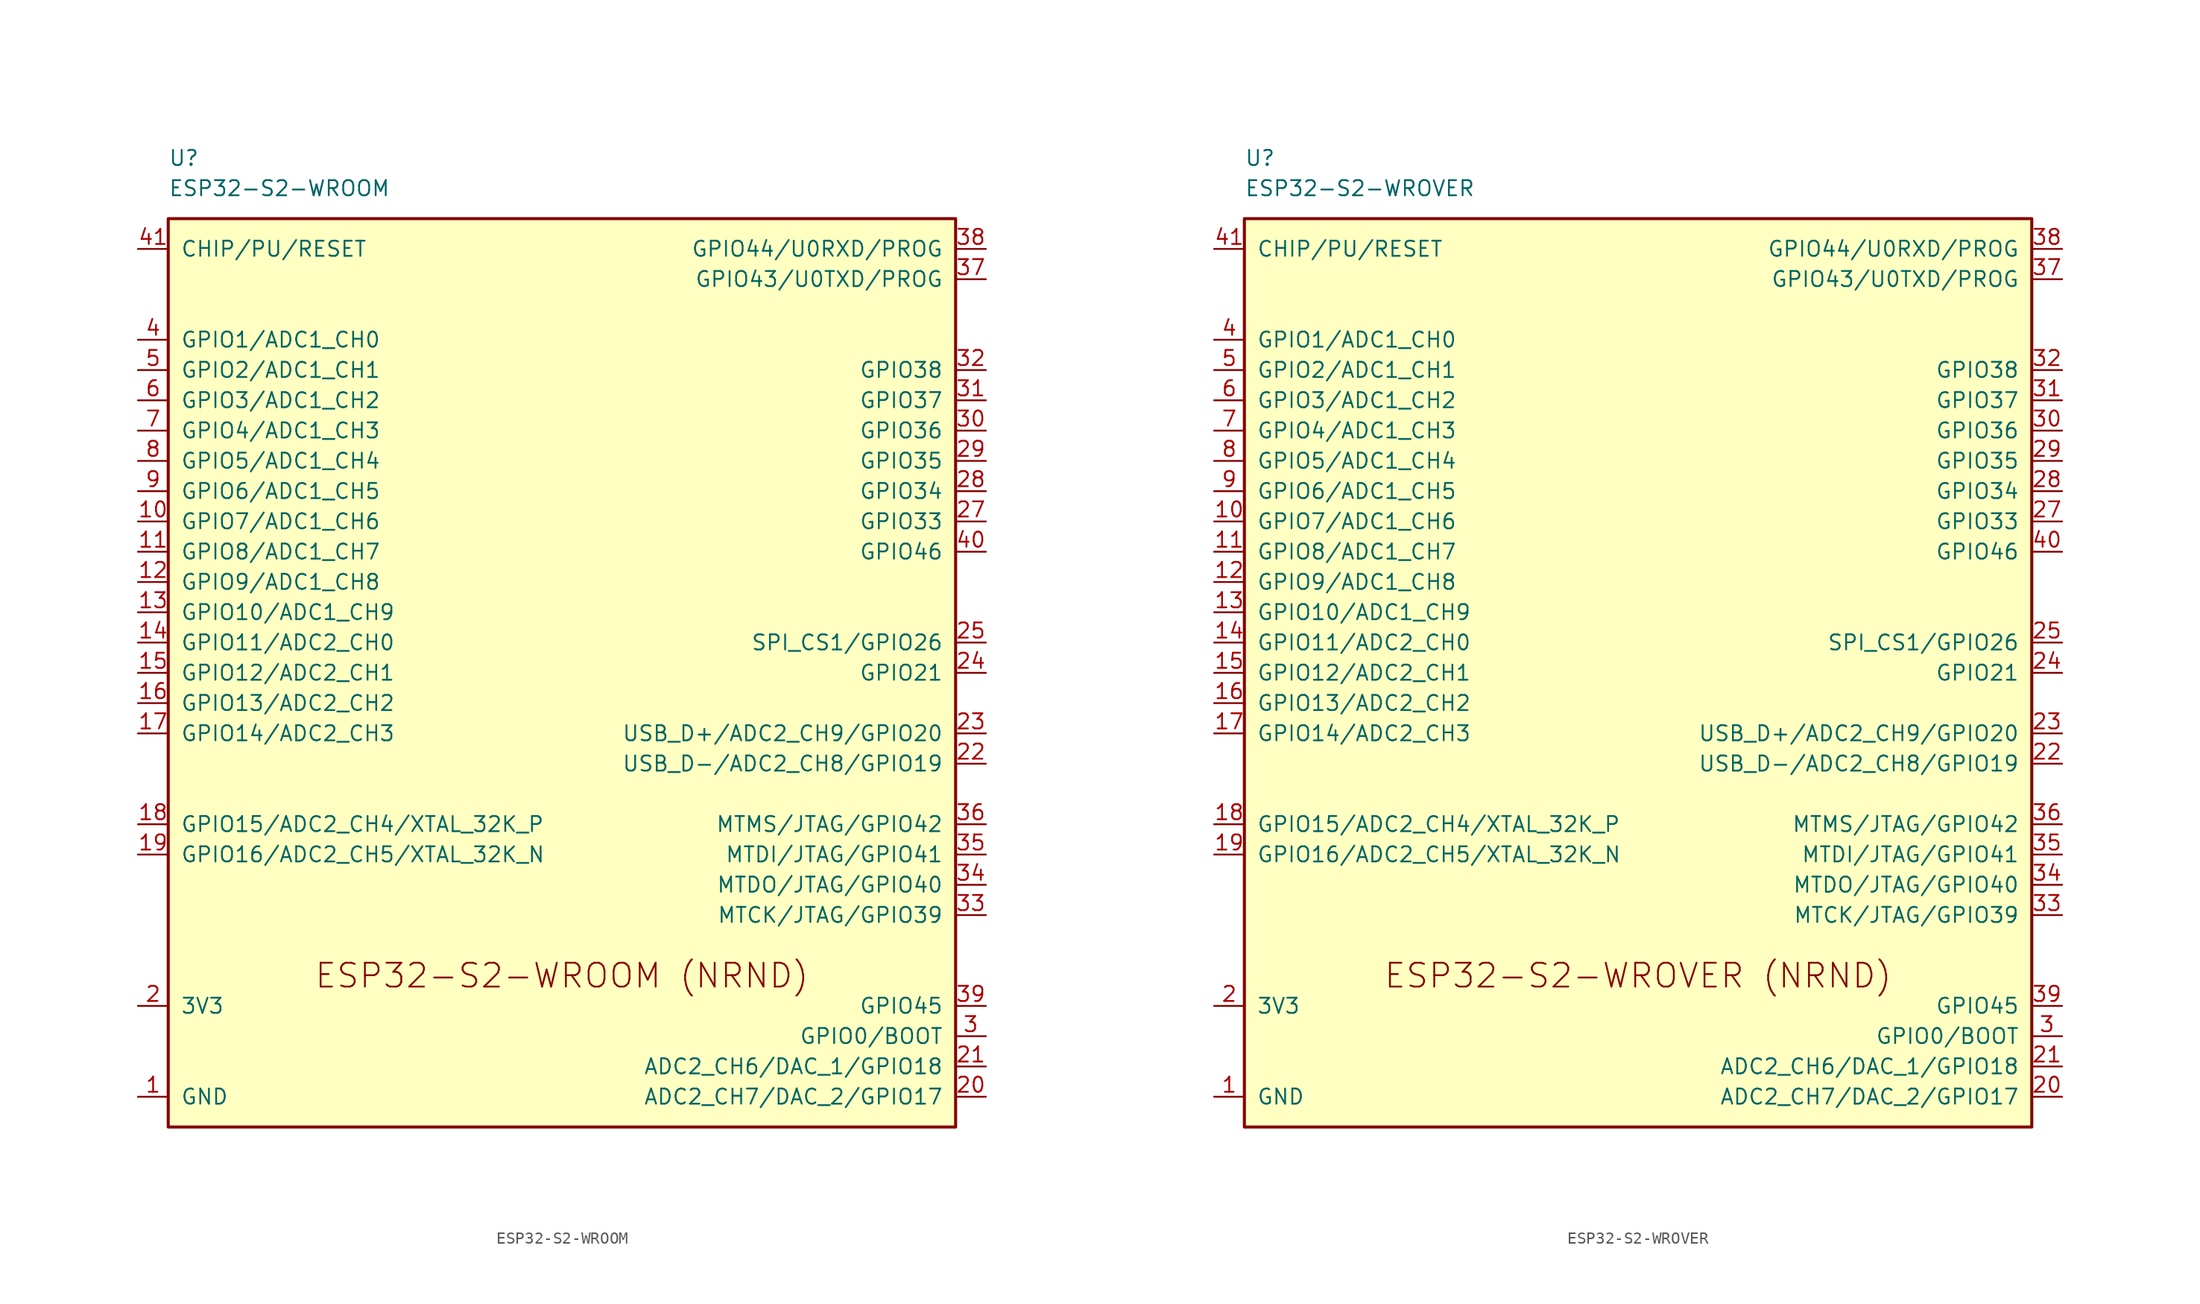
<source format=kicad_sym>
(kicad_symbol_lib
  (version 20211014)
  (generator kicad_symbol_editor)
  (symbol "ESP32-S2-WROOM"
    (pin_names
      (offset 1.016))
    (property "Reference" "U"
      (at -33.02 43.18 0)
      (effects (font (size 1.27 1.27)) (justify left)))
    (property "Value" "ESP32-S2-WROOM"
      (at -33.02 40.64 0)
      (effects (font (size 1.27 1.27)) (justify left)))
    (symbol "ESP32-S2-WROOM_0_0"
      (pin passive line (at -35.56 -35.56 0) (length 2.54) hide (name "GND" (effects (font (size 1.27 1.27)))) (number "43" (effects (font (size 1.27 1.27))))))
    (symbol "ESP32-S2-WROOM_1_1"
      (rectangle (start -33.02 38.1) (end 33.02 -38.1) (stroke (width 0.254) (type default) (color 0 0 0 0)) (fill (type background)))
      (text "ESP32-S2-WROOM (NRND)" (at 0 -25.4 0) (effects (font (size 2 2))))
      (pin power_in line (at -35.56 -35.56 0) (length 2.54) (name "GND" (effects (font (size 1.27 1.27)))) (number "1" (effects (font (size 1.27 1.27)))))
      (pin bidirectional line (at -35.56 12.7 0) (length 2.54) (name "GPIO7/ADC1_CH6" (effects (font (size 1.27 1.27)))) (number "10" (effects (font (size 1.27 1.27)))))
      (pin bidirectional line (at -35.56 10.16 0) (length 2.54) (name "GPIO8/ADC1_CH7" (effects (font (size 1.27 1.27)))) (number "11" (effects (font (size 1.27 1.27)))))
      (pin bidirectional line (at -35.56 7.62 0) (length 2.54) (name "GPIO9/ADC1_CH8" (effects (font (size 1.27 1.27)))) (number "12" (effects (font (size 1.27 1.27)))))
      (pin bidirectional line (at -35.56 5.08 0) (length 2.54) (name "GPIO10/ADC1_CH9" (effects (font (size 1.27 1.27)))) (number "13" (effects (font (size 1.27 1.27)))))
      (pin bidirectional line (at -35.56 2.54 0) (length 2.54) (name "GPIO11/ADC2_CH0" (effects (font (size 1.27 1.27)))) (number "14" (effects (font (size 1.27 1.27)))))
      (pin bidirectional line (at -35.56 0 0) (length 2.54) (name "GPIO12/ADC2_CH1" (effects (font (size 1.27 1.27)))) (number "15" (effects (font (size 1.27 1.27)))))
      (pin bidirectional line (at -35.56 -2.54 0) (length 2.54) (name "GPIO13/ADC2_CH2" (effects (font (size 1.27 1.27)))) (number "16" (effects (font (size 1.27 1.27)))))
      (pin bidirectional line (at -35.56 -5.08 0) (length 2.54) (name "GPIO14/ADC2_CH3" (effects (font (size 1.27 1.27)))) (number "17" (effects (font (size 1.27 1.27)))))
      (pin bidirectional line (at -35.56 -12.7 0) (length 2.54) (name "GPIO15/ADC2_CH4/XTAL_32K_P" (effects (font (size 1.27 1.27)))) (number "18" (effects (font (size 1.27 1.27)))))
      (pin bidirectional line (at -35.56 -15.24 0) (length 2.54) (name "GPIO16/ADC2_CH5/XTAL_32K_N" (effects (font (size 1.27 1.27)))) (number "19" (effects (font (size 1.27 1.27)))))
      (pin power_in line (at -35.56 -27.94 0) (length 2.54) (name "3V3" (effects (font (size 1.27 1.27)))) (number "2" (effects (font (size 1.27 1.27)))))
      (pin bidirectional line (at 35.56 -35.56 180) (length 2.54) (name "ADC2_CH7/DAC_2/GPIO17" (effects (font (size 1.27 1.27)))) (number "20" (effects (font (size 1.27 1.27)))))
      (pin bidirectional line (at 35.56 -33.02 180) (length 2.54) (name "ADC2_CH6/DAC_1/GPIO18" (effects (font (size 1.27 1.27)))) (number "21" (effects (font (size 1.27 1.27)))))
      (pin bidirectional line (at 35.56 -7.62 180) (length 2.54) (name "USB_D-/ADC2_CH8/GPIO19" (effects (font (size 1.27 1.27)))) (number "22" (effects (font (size 1.27 1.27)))))
      (pin bidirectional line (at 35.56 -5.08 180) (length 2.54) (name "USB_D+/ADC2_CH9/GPIO20" (effects (font (size 1.27 1.27)))) (number "23" (effects (font (size 1.27 1.27)))))
      (pin bidirectional line (at 35.56 0 180) (length 2.54) (name "GPIO21" (effects (font (size 1.27 1.27)))) (number "24" (effects (font (size 1.27 1.27)))))
      (pin bidirectional line (at 35.56 2.54 180) (length 2.54) (name "SPI_CS1/GPIO26" (effects (font (size 1.27 1.27)))) (number "25" (effects (font (size 1.27 1.27)))))
      (pin passive line (at -35.56 -35.56 0) (length 2.54) hide (name "GND" (effects (font (size 1.27 1.27)))) (number "26" (effects (font (size 1.27 1.27)))))
      (pin bidirectional line (at 35.56 12.7 180) (length 2.54) (name "GPIO33" (effects (font (size 1.27 1.27)))) (number "27" (effects (font (size 1.27 1.27)))))
      (pin bidirectional line (at 35.56 15.24 180) (length 2.54) (name "GPIO34" (effects (font (size 1.27 1.27)))) (number "28" (effects (font (size 1.27 1.27)))))
      (pin bidirectional line (at 35.56 17.78 180) (length 2.54) (name "GPIO35" (effects (font (size 1.27 1.27)))) (number "29" (effects (font (size 1.27 1.27)))))
      (pin bidirectional line (at 35.56 -30.48 180) (length 2.54) (name "GPIO0/BOOT" (effects (font (size 1.27 1.27)))) (number "3" (effects (font (size 1.27 1.27)))))
      (pin bidirectional line (at 35.56 20.32 180) (length 2.54) (name "GPIO36" (effects (font (size 1.27 1.27)))) (number "30" (effects (font (size 1.27 1.27)))))
      (pin bidirectional line (at 35.56 22.86 180) (length 2.54) (name "GPIO37" (effects (font (size 1.27 1.27)))) (number "31" (effects (font (size 1.27 1.27)))))
      (pin bidirectional line (at 35.56 25.4 180) (length 2.54) (name "GPIO38" (effects (font (size 1.27 1.27)))) (number "32" (effects (font (size 1.27 1.27)))))
      (pin bidirectional line (at 35.56 -20.32 180) (length 2.54) (name "MTCK/JTAG/GPIO39" (effects (font (size 1.27 1.27)))) (number "33" (effects (font (size 1.27 1.27)))))
      (pin bidirectional line (at 35.56 -17.78 180) (length 2.54) (name "MTDO/JTAG/GPIO40" (effects (font (size 1.27 1.27)))) (number "34" (effects (font (size 1.27 1.27)))))
      (pin bidirectional line (at 35.56 -15.24 180) (length 2.54) (name "MTDI/JTAG/GPIO41" (effects (font (size 1.27 1.27)))) (number "35" (effects (font (size 1.27 1.27)))))
      (pin bidirectional line (at 35.56 -12.7 180) (length 2.54) (name "MTMS/JTAG/GPIO42" (effects (font (size 1.27 1.27)))) (number "36" (effects (font (size 1.27 1.27)))))
      (pin bidirectional line (at 35.56 33.02 180) (length 2.54) (name "GPIO43/U0TXD/PROG" (effects (font (size 1.27 1.27)))) (number "37" (effects (font (size 1.27 1.27)))))
      (pin bidirectional line (at 35.56 35.56 180) (length 2.54) (name "GPIO44/U0RXD/PROG" (effects (font (size 1.27 1.27)))) (number "38" (effects (font (size 1.27 1.27)))))
      (pin bidirectional line (at 35.56 -27.94 180) (length 2.54) (name "GPIO45" (effects (font (size 1.27 1.27)))) (number "39" (effects (font (size 1.27 1.27)))))
      (pin bidirectional line (at -35.56 27.94 0) (length 2.54) (name "GPIO1/ADC1_CH0" (effects (font (size 1.27 1.27)))) (number "4" (effects (font (size 1.27 1.27)))))
      (pin input line (at 35.56 10.16 180) (length 2.54) (name "GPIO46" (effects (font (size 1.27 1.27)))) (number "40" (effects (font (size 1.27 1.27)))))
      (pin input line (at -35.56 35.56 0) (length 2.54) (name "CHIP/PU/RESET" (effects (font (size 1.27 1.27)))) (number "41" (effects (font (size 1.27 1.27)))))
      (pin passive line (at -35.56 -35.56 0) (length 2.54) hide (name "GND" (effects (font (size 1.27 1.27)))) (number "42" (effects (font (size 1.27 1.27)))))
      (pin bidirectional line (at -35.56 25.4 0) (length 2.54) (name "GPIO2/ADC1_CH1" (effects (font (size 1.27 1.27)))) (number "5" (effects (font (size 1.27 1.27)))))
      (pin bidirectional line (at -35.56 22.86 0) (length 2.54) (name "GPIO3/ADC1_CH2" (effects (font (size 1.27 1.27)))) (number "6" (effects (font (size 1.27 1.27)))))
      (pin bidirectional line (at -35.56 20.32 0) (length 2.54) (name "GPIO4/ADC1_CH3" (effects (font (size 1.27 1.27)))) (number "7" (effects (font (size 1.27 1.27)))))
      (pin bidirectional line (at -35.56 17.78 0) (length 2.54) (name "GPIO5/ADC1_CH4" (effects (font (size 1.27 1.27)))) (number "8" (effects (font (size 1.27 1.27)))))
      (pin bidirectional line (at -35.56 15.24 0) (length 2.54) (name "GPIO6/ADC1_CH5" (effects (font (size 1.27 1.27)))) (number "9" (effects (font (size 1.27 1.27)))))))
  (symbol "ESP32-S2-WROVER"
    (pin_names
      (offset 1.016))
    (property "Reference" "U"
      (at -33.02 43.18 0)
      (effects (font (size 1.27 1.27)) (justify left)))
    (property "Value" "ESP32-S2-WROVER"
      (at -33.02 40.64 0)
      (effects (font (size 1.27 1.27)) (justify left)))
    (symbol "ESP32-S2-WROVER_0_0"
      (rectangle (start -33.02 38.1) (end 33.02 -38.1) (stroke (width 0.254) (type default) (color 0 0 0 0)) (fill (type background)))
      (text "ESP32-S2-WROVER (NRND)" (at 0 -25.4 0) (effects (font (size 2 2))))
      (pin power_in line (at -35.56 -35.56 0) (length 2.54) (name "GND" (effects (font (size 1.27 1.27)))) (number "1" (effects (font (size 1.27 1.27)))))
      (pin bidirectional line (at -35.56 12.7 0) (length 2.54) (name "GPIO7/ADC1_CH6" (effects (font (size 1.27 1.27)))) (number "10" (effects (font (size 1.27 1.27)))))
      (pin bidirectional line (at -35.56 10.16 0) (length 2.54) (name "GPIO8/ADC1_CH7" (effects (font (size 1.27 1.27)))) (number "11" (effects (font (size 1.27 1.27)))))
      (pin bidirectional line (at -35.56 7.62 0) (length 2.54) (name "GPIO9/ADC1_CH8" (effects (font (size 1.27 1.27)))) (number "12" (effects (font (size 1.27 1.27)))))
      (pin bidirectional line (at -35.56 5.08 0) (length 2.54) (name "GPIO10/ADC1_CH9" (effects (font (size 1.27 1.27)))) (number "13" (effects (font (size 1.27 1.27)))))
      (pin bidirectional line (at -35.56 2.54 0) (length 2.54) (name "GPIO11/ADC2_CH0" (effects (font (size 1.27 1.27)))) (number "14" (effects (font (size 1.27 1.27)))))
      (pin bidirectional line (at -35.56 0 0) (length 2.54) (name "GPIO12/ADC2_CH1" (effects (font (size 1.27 1.27)))) (number "15" (effects (font (size 1.27 1.27)))))
      (pin bidirectional line (at -35.56 -2.54 0) (length 2.54) (name "GPIO13/ADC2_CH2" (effects (font (size 1.27 1.27)))) (number "16" (effects (font (size 1.27 1.27)))))
      (pin bidirectional line (at -35.56 -5.08 0) (length 2.54) (name "GPIO14/ADC2_CH3" (effects (font (size 1.27 1.27)))) (number "17" (effects (font (size 1.27 1.27)))))
      (pin bidirectional line (at -35.56 -12.7 0) (length 2.54) (name "GPIO15/ADC2_CH4/XTAL_32K_P" (effects (font (size 1.27 1.27)))) (number "18" (effects (font (size 1.27 1.27)))))
      (pin bidirectional line (at -35.56 -15.24 0) (length 2.54) (name "GPIO16/ADC2_CH5/XTAL_32K_N" (effects (font (size 1.27 1.27)))) (number "19" (effects (font (size 1.27 1.27)))))
      (pin power_in line (at -35.56 -27.94 0) (length 2.54) (name "3V3" (effects (font (size 1.27 1.27)))) (number "2" (effects (font (size 1.27 1.27)))))
      (pin bidirectional line (at 35.56 -35.56 180) (length 2.54) (name "ADC2_CH7/DAC_2/GPIO17" (effects (font (size 1.27 1.27)))) (number "20" (effects (font (size 1.27 1.27)))))
      (pin bidirectional line (at 35.56 -33.02 180) (length 2.54) (name "ADC2_CH6/DAC_1/GPIO18" (effects (font (size 1.27 1.27)))) (number "21" (effects (font (size 1.27 1.27)))))
      (pin bidirectional line (at 35.56 -7.62 180) (length 2.54) (name "USB_D-/ADC2_CH8/GPIO19" (effects (font (size 1.27 1.27)))) (number "22" (effects (font (size 1.27 1.27)))))
      (pin bidirectional line (at 35.56 -5.08 180) (length 2.54) (name "USB_D+/ADC2_CH9/GPIO20" (effects (font (size 1.27 1.27)))) (number "23" (effects (font (size 1.27 1.27)))))
      (pin bidirectional line (at 35.56 0 180) (length 2.54) (name "GPIO21" (effects (font (size 1.27 1.27)))) (number "24" (effects (font (size 1.27 1.27)))))
      (pin bidirectional line (at 35.56 2.54 180) (length 2.54) (name "SPI_CS1/GPIO26" (effects (font (size 1.27 1.27)))) (number "25" (effects (font (size 1.27 1.27)))))
      (pin passive line (at -35.56 -35.56 0) (length 2.54) hide (name "GND" (effects (font (size 1.27 1.27)))) (number "26" (effects (font (size 1.27 1.27)))))
      (pin bidirectional line (at 35.56 12.7 180) (length 2.54) (name "GPIO33" (effects (font (size 1.27 1.27)))) (number "27" (effects (font (size 1.27 1.27)))))
      (pin bidirectional line (at 35.56 15.24 180) (length 2.54) (name "GPIO34" (effects (font (size 1.27 1.27)))) (number "28" (effects (font (size 1.27 1.27)))))
      (pin bidirectional line (at 35.56 17.78 180) (length 2.54) (name "GPIO35" (effects (font (size 1.27 1.27)))) (number "29" (effects (font (size 1.27 1.27)))))
      (pin bidirectional line (at 35.56 -30.48 180) (length 2.54) (name "GPIO0/BOOT" (effects (font (size 1.27 1.27)))) (number "3" (effects (font (size 1.27 1.27)))))
      (pin bidirectional line (at 35.56 20.32 180) (length 2.54) (name "GPIO36" (effects (font (size 1.27 1.27)))) (number "30" (effects (font (size 1.27 1.27)))))
      (pin bidirectional line (at 35.56 22.86 180) (length 2.54) (name "GPIO37" (effects (font (size 1.27 1.27)))) (number "31" (effects (font (size 1.27 1.27)))))
      (pin bidirectional line (at 35.56 25.4 180) (length 2.54) (name "GPIO38" (effects (font (size 1.27 1.27)))) (number "32" (effects (font (size 1.27 1.27)))))
      (pin bidirectional line (at 35.56 -20.32 180) (length 2.54) (name "MTCK/JTAG/GPIO39" (effects (font (size 1.27 1.27)))) (number "33" (effects (font (size 1.27 1.27)))))
      (pin bidirectional line (at 35.56 -17.78 180) (length 2.54) (name "MTDO/JTAG/GPIO40" (effects (font (size 1.27 1.27)))) (number "34" (effects (font (size 1.27 1.27)))))
      (pin bidirectional line (at 35.56 -15.24 180) (length 2.54) (name "MTDI/JTAG/GPIO41" (effects (font (size 1.27 1.27)))) (number "35" (effects (font (size 1.27 1.27)))))
      (pin bidirectional line (at 35.56 -12.7 180) (length 2.54) (name "MTMS/JTAG/GPIO42" (effects (font (size 1.27 1.27)))) (number "36" (effects (font (size 1.27 1.27)))))
      (pin bidirectional line (at 35.56 33.02 180) (length 2.54) (name "GPIO43/U0TXD/PROG" (effects (font (size 1.27 1.27)))) (number "37" (effects (font (size 1.27 1.27)))))
      (pin bidirectional line (at 35.56 35.56 180) (length 2.54) (name "GPIO44/U0RXD/PROG" (effects (font (size 1.27 1.27)))) (number "38" (effects (font (size 1.27 1.27)))))
      (pin bidirectional line (at 35.56 -27.94 180) (length 2.54) (name "GPIO45" (effects (font (size 1.27 1.27)))) (number "39" (effects (font (size 1.27 1.27)))))
      (pin bidirectional line (at -35.56 27.94 0) (length 2.54) (name "GPIO1/ADC1_CH0" (effects (font (size 1.27 1.27)))) (number "4" (effects (font (size 1.27 1.27)))))
      (pin input line (at 35.56 10.16 180) (length 2.54) (name "GPIO46" (effects (font (size 1.27 1.27)))) (number "40" (effects (font (size 1.27 1.27)))))
      (pin input line (at -35.56 35.56 0) (length 2.54) (name "CHIP/PU/RESET" (effects (font (size 1.27 1.27)))) (number "41" (effects (font (size 1.27 1.27)))))
      (pin passive line (at -35.56 -35.56 0) (length 2.54) hide (name "GND" (effects (font (size 1.27 1.27)))) (number "42" (effects (font (size 1.27 1.27)))))
      (pin passive line (at -35.56 -35.56 0) (length 2.54) hide (name "GND" (effects (font (size 1.27 1.27)))) (number "43" (effects (font (size 1.27 1.27)))))
      (pin bidirectional line (at -35.56 25.4 0) (length 2.54) (name "GPIO2/ADC1_CH1" (effects (font (size 1.27 1.27)))) (number "5" (effects (font (size 1.27 1.27)))))
      (pin bidirectional line (at -35.56 22.86 0) (length 2.54) (name "GPIO3/ADC1_CH2" (effects (font (size 1.27 1.27)))) (number "6" (effects (font (size 1.27 1.27)))))
      (pin bidirectional line (at -35.56 20.32 0) (length 2.54) (name "GPIO4/ADC1_CH3" (effects (font (size 1.27 1.27)))) (number "7" (effects (font (size 1.27 1.27)))))
      (pin bidirectional line (at -35.56 17.78 0) (length 2.54) (name "GPIO5/ADC1_CH4" (effects (font (size 1.27 1.27)))) (number "8" (effects (font (size 1.27 1.27)))))
      (pin bidirectional line (at -35.56 15.24 0) (length 2.54) (name "GPIO6/ADC1_CH5" (effects (font (size 1.27 1.27)))) (number "9" (effects (font (size 1.27 1.27))))))))
</source>
